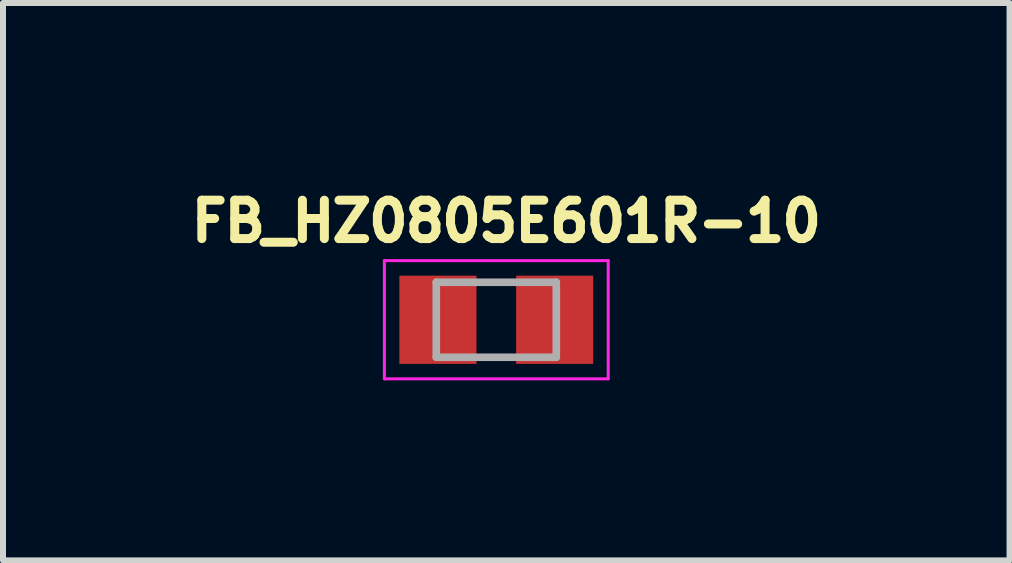
<source format=kicad_pcb>
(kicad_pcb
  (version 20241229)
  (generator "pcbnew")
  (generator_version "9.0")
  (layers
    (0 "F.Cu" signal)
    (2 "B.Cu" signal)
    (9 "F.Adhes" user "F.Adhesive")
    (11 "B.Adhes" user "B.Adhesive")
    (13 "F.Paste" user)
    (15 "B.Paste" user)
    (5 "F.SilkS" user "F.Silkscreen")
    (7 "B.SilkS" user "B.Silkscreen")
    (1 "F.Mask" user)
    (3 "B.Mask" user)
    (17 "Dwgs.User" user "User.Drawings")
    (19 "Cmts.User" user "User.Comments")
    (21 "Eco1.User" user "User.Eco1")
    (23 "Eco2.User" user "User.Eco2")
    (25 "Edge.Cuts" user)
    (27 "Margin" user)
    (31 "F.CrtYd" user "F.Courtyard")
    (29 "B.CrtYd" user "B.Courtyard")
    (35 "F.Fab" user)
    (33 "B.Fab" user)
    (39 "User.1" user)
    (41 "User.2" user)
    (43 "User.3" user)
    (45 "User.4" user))
  (footprint "FB_HZ0805E601R-10"
    (layer "F.Cu")
    (at 5.221 2.279)
    (property "Reference" "FB_HZ0805E601R-10" (at 0.167 -1.641 0) (layer "F.SilkS") (effects (font (size 0.64 0.64) (thickness 0.15))))
    (attr smd)
    (fp_line (start -1.865 -0.985) (end -1.865 0.985) (stroke (width 0.05) (type solid)) (layer "F.CrtYd"))
    (fp_line (start -1.865 0.985) (end 1.865 0.985) (stroke (width 0.05) (type solid)) (layer "F.CrtYd"))
    (fp_line (start 1.865 -0.985) (end -1.865 -0.985) (stroke (width 0.05) (type solid)) (layer "F.CrtYd"))
    (fp_line (start 1.865 0.985) (end 1.865 -0.985) (stroke (width 0.05) (type solid)) (layer "F.CrtYd"))
    (fp_line (start -1 -0.625) (end -1 0.625) (stroke (width 0.127) (type solid)) (layer "F.Fab"))
    (fp_line (start -1 -0.625) (end 1 -0.625) (stroke (width 0.127) (type solid)) (layer "F.Fab"))
    (fp_line (start -1 0.625) (end 1 0.625) (stroke (width 0.127) (type solid)) (layer "F.Fab"))
    (fp_line (start 1 -0.625) (end 1 0.625) (stroke (width 0.127) (type solid)) (layer "F.Fab"))
    (pad "1" smd rect (at -0.973 0) (size 1.285 1.47) (layers "F.Cu" "F.Mask" "F.Paste"))
    (pad "2" smd rect (at 0.973 0) (size 1.285 1.47) (layers "F.Cu" "F.Mask" "F.Paste")))
  (gr_rect
    (start -3 -3)
    (end 13.775 6.289)
    (stroke (width 0.1) (type default))
    (fill no)
    (layer "Edge.Cuts")))
</source>
